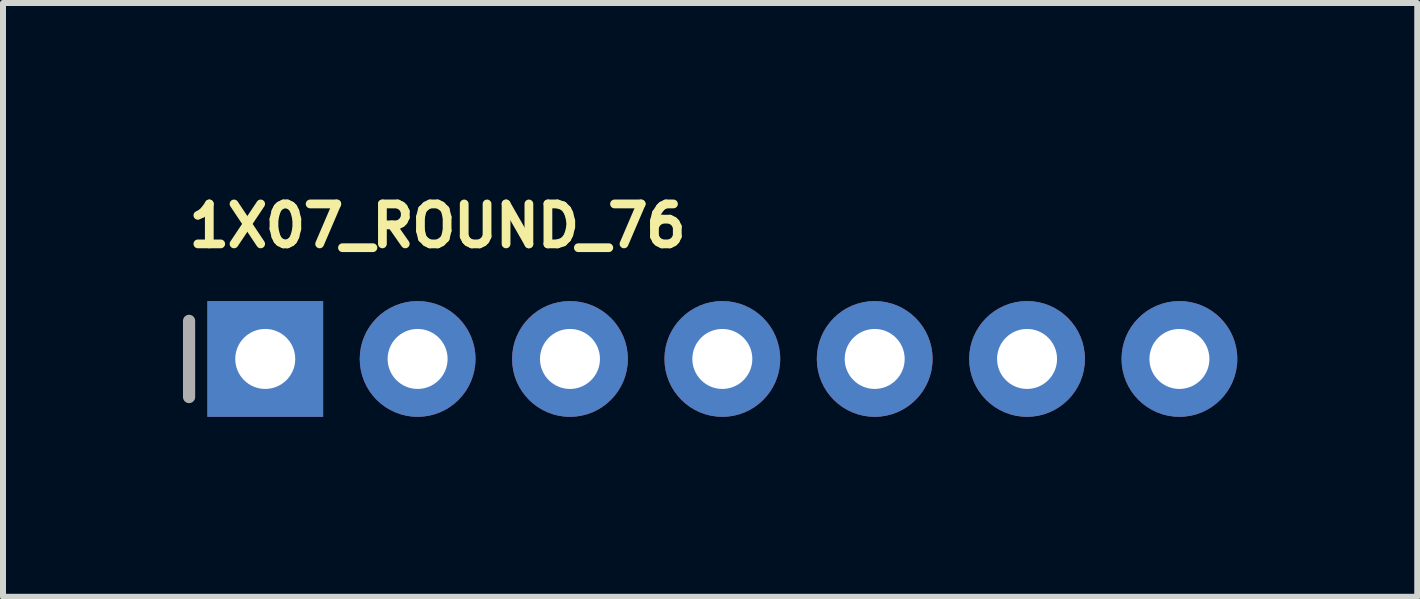
<source format=kicad_pcb>
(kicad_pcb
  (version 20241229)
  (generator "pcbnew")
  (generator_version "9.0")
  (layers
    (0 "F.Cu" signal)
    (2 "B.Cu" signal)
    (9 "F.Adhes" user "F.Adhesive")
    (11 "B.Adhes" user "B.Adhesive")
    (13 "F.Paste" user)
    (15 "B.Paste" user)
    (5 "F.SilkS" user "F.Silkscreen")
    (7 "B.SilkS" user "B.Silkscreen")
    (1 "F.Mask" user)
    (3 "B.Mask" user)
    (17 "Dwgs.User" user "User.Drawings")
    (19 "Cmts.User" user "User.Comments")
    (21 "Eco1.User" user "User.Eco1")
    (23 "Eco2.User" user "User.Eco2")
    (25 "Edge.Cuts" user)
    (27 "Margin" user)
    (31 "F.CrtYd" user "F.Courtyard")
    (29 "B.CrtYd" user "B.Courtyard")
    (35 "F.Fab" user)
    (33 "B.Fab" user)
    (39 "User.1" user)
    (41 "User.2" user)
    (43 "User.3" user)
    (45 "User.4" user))
  (footprint "1X07_ROUND_76"
    (layer "F.Cu")
    (at 8.992 2.934)
    (property "Reference" "1X07_ROUND_76" (at -8.966 -1.829 0) (layer "F.SilkS") (effects (font (size 0.666 0.666) (thickness 0.146)) (justify left bottom)))
    (fp_line (start -8.89 -0.635) (end -8.89 0.635) (stroke (width 0.203) (type solid)) (layer "F.Fab"))
    (fp_poly (pts (xy -7.874 0.254) (xy -7.366 0.254) (xy -7.366 -0.254) (xy -7.874 -0.254)) (stroke (width 0.1) (type default)) (fill no) (layer "F.Fab"))
    (fp_poly (pts (xy -5.334 0.254) (xy -4.826 0.254) (xy -4.826 -0.254) (xy -5.334 -0.254)) (stroke (width 0.1) (type default)) (fill no) (layer "F.Fab"))
    (fp_poly (pts (xy -2.794 0.254) (xy -2.286 0.254) (xy -2.286 -0.254) (xy -2.794 -0.254)) (stroke (width 0.1) (type default)) (fill no) (layer "F.Fab"))
    (fp_poly (pts (xy -0.254 0.254) (xy 0.254 0.254) (xy 0.254 -0.254) (xy -0.254 -0.254)) (stroke (width 0.1) (type default)) (fill no) (layer "F.Fab"))
    (fp_poly (pts (xy 2.286 0.254) (xy 2.794 0.254) (xy 2.794 -0.254) (xy 2.286 -0.254)) (stroke (width 0.1) (type default)) (fill no) (layer "F.Fab"))
    (fp_poly (pts (xy 4.826 0.254) (xy 5.334 0.254) (xy 5.334 -0.254) (xy 4.826 -0.254)) (stroke (width 0.1) (type default)) (fill no) (layer "F.Fab"))
    (fp_poly (pts (xy 7.366 0.254) (xy 7.874 0.254) (xy 7.874 -0.254) (xy 7.366 -0.254)) (stroke (width 0.1) (type default)) (fill no) (layer "F.Fab"))
    (pad "1" thru_hole rect (at -7.62 0 90) (size 1.93 1.93) (drill 1) (layers "*.Cu" "*.Mask"))
    (pad "2" thru_hole circle (at -5.08 0 90) (size 1.93 1.93) (drill 1) (layers "*.Cu" "*.Mask"))
    (pad "3" thru_hole circle (at -2.54 0 90) (size 1.93 1.93) (drill 1) (layers "*.Cu" "*.Mask"))
    (pad "4" thru_hole circle (at 0 0 90) (size 1.93 1.93) (drill 1) (layers "*.Cu" "*.Mask"))
    (pad "5" thru_hole circle (at 2.54 0 90) (size 1.93 1.93) (drill 1) (layers "*.Cu" "*.Mask"))
    (pad "6" thru_hole circle (at 5.08 0 90) (size 1.93 1.93) (drill 1) (layers "*.Cu" "*.Mask"))
    (pad "7" thru_hole circle (at 7.62 0 90) (size 1.93 1.93) (drill 1) (layers "*.Cu" "*.Mask")))
  (gr_rect
    (start -3 -3)
    (end 20.577 6.899)
    (stroke (width 0.1) (type default))
    (fill no)
    (layer "Edge.Cuts")))
</source>
